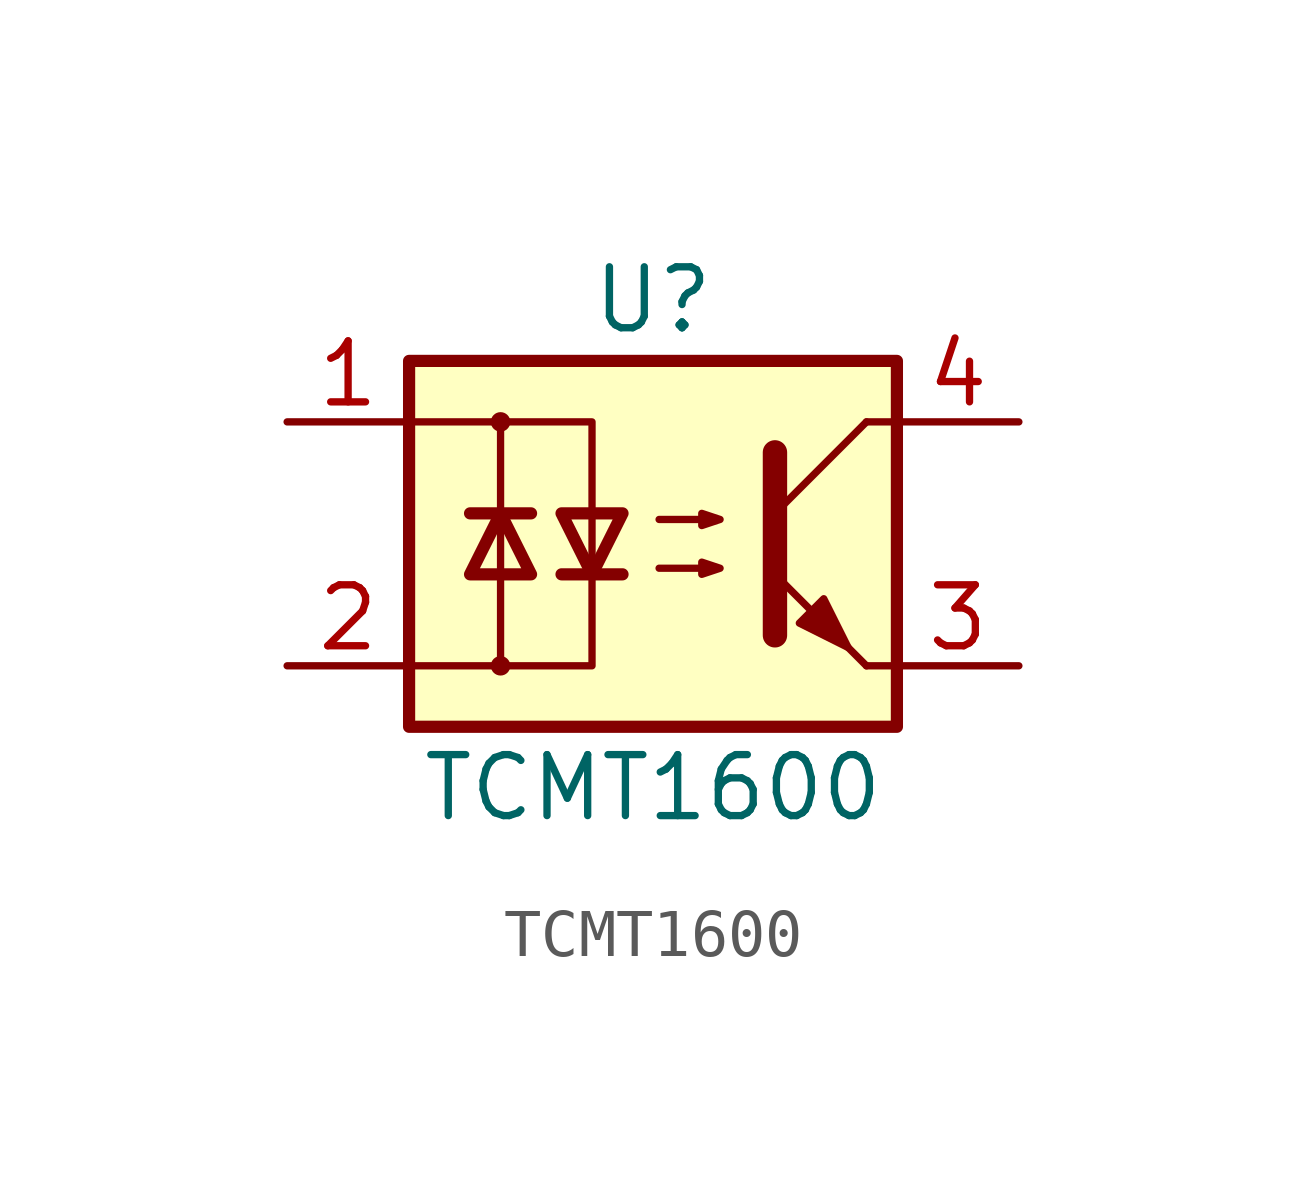
<source format=kicad_sym>
(kicad_symbol_lib
  (version 20220914)
  (generator kicad_symbol_editor)
  (symbol "TCMT1600"
    (pin_names
      (offset 1.016))
    (property "Reference" "U"
      (at 0 5.08 0)
      (effects (font (size 1.27 1.27))))
    (property "Value" "TCMT1600"
      (at 0 -5.08 0)
      (effects (font (size 1.27 1.27))))
    (symbol "TCMT1600_0_1"
      (rectangle (start -5.08 3.81) (end 5.08 -3.81) (stroke (width 0.254) (type default)) (fill (type background)))
      (circle (center -3.175 -2.54) (radius 0.127) (stroke (width 0) (type default)) (fill (type none)))
      (circle (center -3.175 2.54) (radius 0.127) (stroke (width 0) (type default)) (fill (type none)))
      (polyline (pts (xy -3.81 0.635) (xy -2.54 0.635)) (stroke (width 0.254) (type default)) (fill (type none)))
      (polyline (pts (xy -3.175 -0.635) (xy -3.175 -2.54)) (stroke (width 0) (type default)) (fill (type none)))
      (polyline (pts (xy -3.175 -0.635) (xy -3.175 2.54)) (stroke (width 0) (type default)) (fill (type none)))
      (polyline (pts (xy -1.905 -0.635) (xy -0.635 -0.635)) (stroke (width 0.254) (type default)) (fill (type none)))
      (polyline (pts (xy 2.54 0.635) (xy 4.445 2.54)) (stroke (width 0) (type default)) (fill (type none)))
      (polyline (pts (xy 4.445 -2.54) (xy 2.54 -0.635)) (stroke (width 0) (type default)) (fill (type outline)))
      (polyline (pts (xy 4.445 -2.54) (xy 5.08 -2.54)) (stroke (width 0) (type default)) (fill (type none)))
      (polyline (pts (xy 4.445 2.54) (xy 5.08 2.54)) (stroke (width 0) (type default)) (fill (type none)))
      (polyline (pts (xy -5.08 2.54) (xy -1.27 2.54) (xy -1.27 -0.635)) (stroke (width 0) (type default)) (fill (type none)))
      (polyline (pts (xy -1.27 -0.635) (xy -1.27 -2.54) (xy -5.08 -2.54)) (stroke (width 0) (type default)) (fill (type none)))
      (polyline (pts (xy 2.54 1.905) (xy 2.54 -1.905) (xy 2.54 -1.905)) (stroke (width 0.508) (type default)) (fill (type none)))
      (polyline (pts (xy -3.175 0.635) (xy -3.81 -0.635) (xy -2.54 -0.635) (xy -3.175 0.635)) (stroke (width 0.254) (type default)) (fill (type none)))
      (polyline (pts (xy -1.27 -0.635) (xy -1.905 0.635) (xy -0.635 0.635) (xy -1.27 -0.635)) (stroke (width 0.254) (type default)) (fill (type none)))
      (polyline (pts (xy 0.127 -0.508) (xy 1.397 -0.508) (xy 1.016 -0.635) (xy 1.016 -0.381) (xy 1.397 -0.508)) (stroke (width 0) (type default)) (fill (type none)))
      (polyline (pts (xy 0.127 0.508) (xy 1.397 0.508) (xy 1.016 0.381) (xy 1.016 0.635) (xy 1.397 0.508)) (stroke (width 0) (type default)) (fill (type none)))
      (polyline (pts (xy 3.048 -1.651) (xy 3.556 -1.143) (xy 4.064 -2.159) (xy 3.048 -1.651) (xy 3.048 -1.651)) (stroke (width 0) (type default)) (fill (type outline))))
    (symbol "TCMT1600_1_1"
      (pin passive line (at -7.62 2.54 0) (length 2.54) (name "~" (effects (font (size 1.27 1.27)))) (number "1" (effects (font (size 1.27 1.27)))))
      (pin passive line (at -7.62 -2.54 0) (length 2.54) (name "~" (effects (font (size 1.27 1.27)))) (number "2" (effects (font (size 1.27 1.27)))))
      (pin passive line (at 7.62 -2.54 180) (length 2.54) (name "~" (effects (font (size 1.27 1.27)))) (number "3" (effects (font (size 1.27 1.27)))))
      (pin passive line (at 7.62 2.54 180) (length 2.54) (name "~" (effects (font (size 1.27 1.27)))) (number "4" (effects (font (size 1.27 1.27))))))))
</source>
